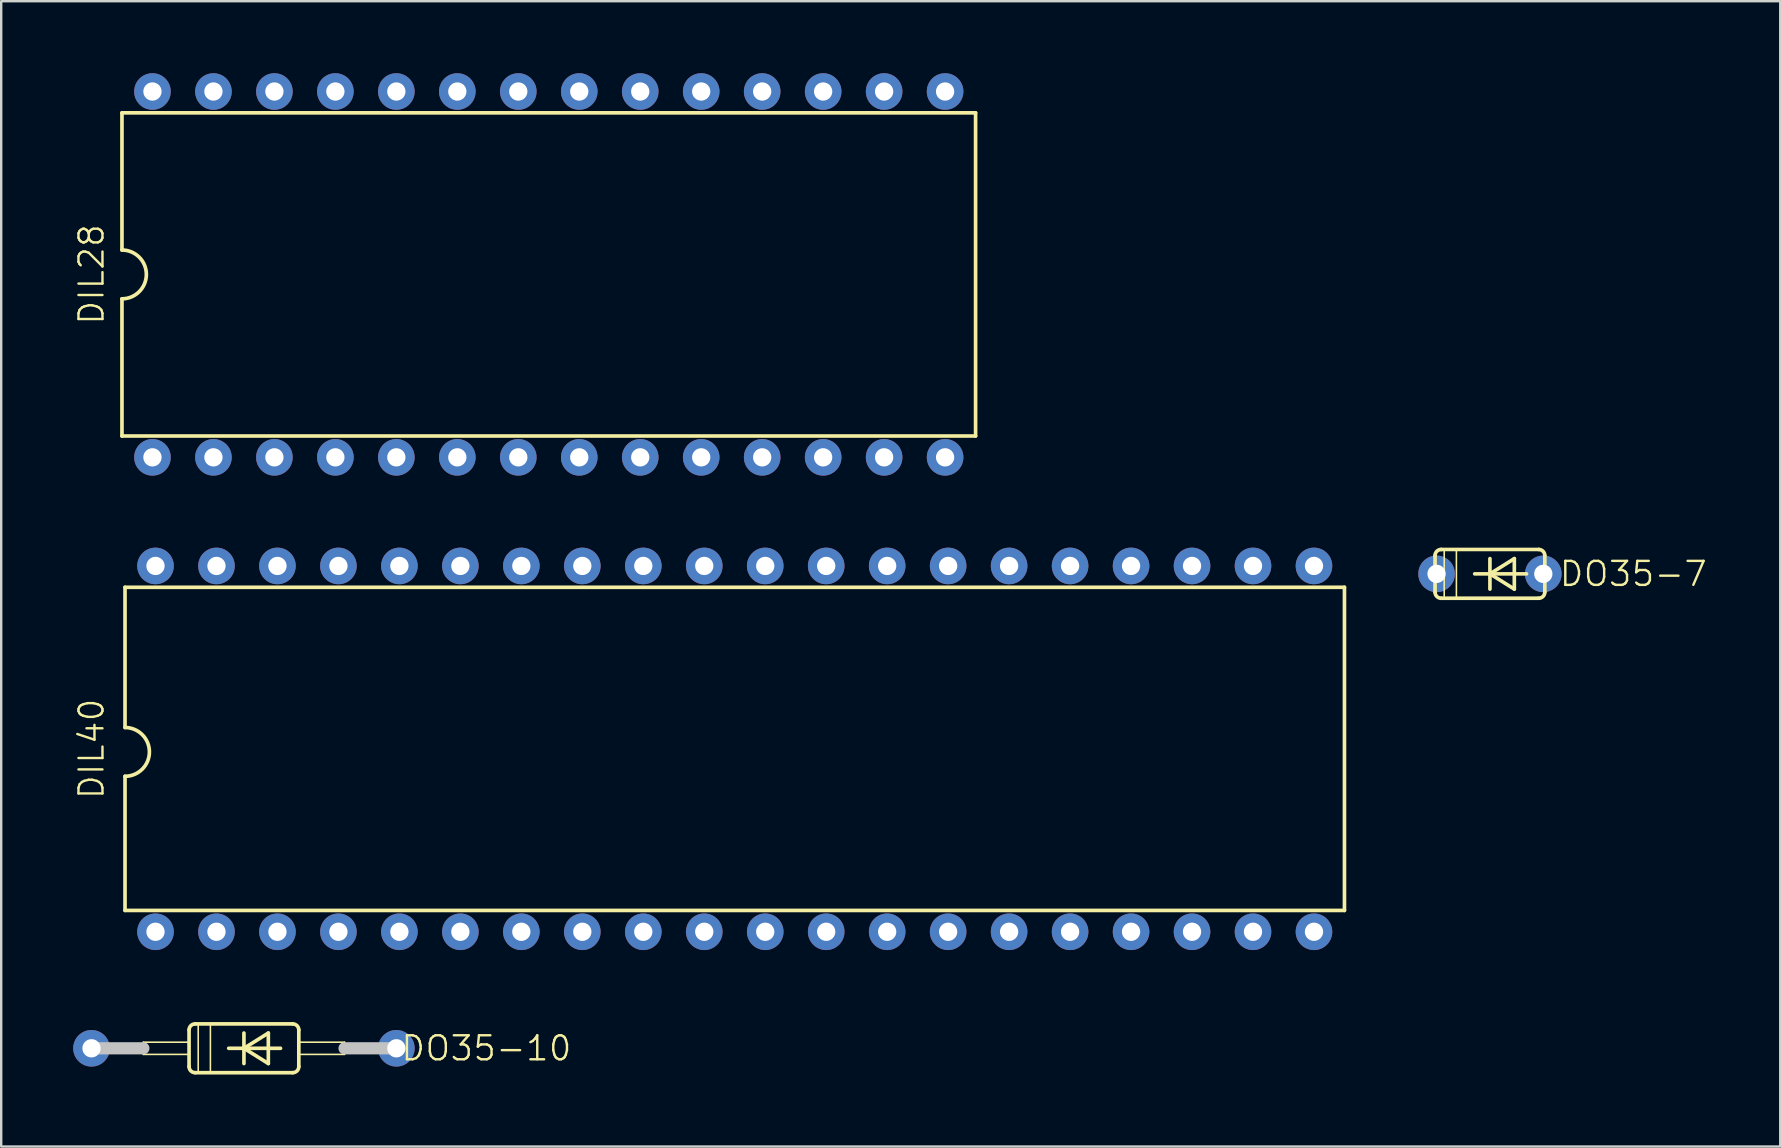
<source format=kicad_pcb>
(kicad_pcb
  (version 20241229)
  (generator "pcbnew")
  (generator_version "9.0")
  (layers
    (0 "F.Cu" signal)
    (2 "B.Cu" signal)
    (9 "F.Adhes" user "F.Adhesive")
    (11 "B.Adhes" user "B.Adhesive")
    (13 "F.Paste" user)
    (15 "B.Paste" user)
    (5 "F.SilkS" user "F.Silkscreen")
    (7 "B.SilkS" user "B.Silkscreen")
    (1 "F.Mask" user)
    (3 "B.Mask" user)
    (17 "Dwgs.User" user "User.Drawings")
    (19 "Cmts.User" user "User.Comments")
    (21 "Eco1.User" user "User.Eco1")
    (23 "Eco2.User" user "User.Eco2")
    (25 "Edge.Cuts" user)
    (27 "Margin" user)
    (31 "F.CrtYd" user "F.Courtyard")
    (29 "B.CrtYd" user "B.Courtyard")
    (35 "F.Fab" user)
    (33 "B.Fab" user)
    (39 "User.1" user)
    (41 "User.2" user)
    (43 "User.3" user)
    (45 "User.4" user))
  (footprint "DIL40"
    (layer "F.Cu")
    (at 27.558 28.146)
    (property "Reference" "DIL40" (at -26.797 0 90) (layer "F.SilkS") (effects (font (size 1 1) (thickness 0.1))))
    (attr exclude_from_pos_files exclude_from_bom)
    (fp_line (start -25.4 -6.731) (end -25.4 -0.889) (stroke (width 0.152) (type solid)) (layer "F.SilkS"))
    (fp_line (start -25.4 6.731) (end -25.4 1.143) (stroke (width 0.152) (type solid)) (layer "F.SilkS"))
    (fp_line (start -25.4 6.731) (end 25.4 6.731) (stroke (width 0.152) (type solid)) (layer "F.SilkS"))
    (fp_line (start 25.4 -6.731) (end -25.4 -6.731) (stroke (width 0.152) (type solid)) (layer "F.SilkS"))
    (fp_line (start 25.4 -6.731) (end 25.4 6.731) (stroke (width 0.152) (type solid)) (layer "F.SilkS"))
    (fp_arc (start -25.4 -0.889) (mid -24.384 0.127) (end -25.4 1.143) (stroke (width 0.1524) (type solid)) (layer "F.SilkS"))
    (pad "1" thru_hole circle (at -24.13 7.62) (size 1.524 1.524) (drill 0.762) (layers "*.Cu" "*.Paste" "*.Mask"))
    (pad "2" thru_hole circle (at -21.59 7.62) (size 1.524 1.524) (drill 0.762) (layers "*.Cu" "*.Paste" "*.Mask"))
    (pad "3" thru_hole circle (at -19.05 7.62) (size 1.524 1.524) (drill 0.762) (layers "*.Cu" "*.Paste" "*.Mask"))
    (pad "4" thru_hole circle (at -16.51 7.62) (size 1.524 1.524) (drill 0.762) (layers "*.Cu" "*.Paste" "*.Mask"))
    (pad "5" thru_hole circle (at -13.97 7.62) (size 1.524 1.524) (drill 0.762) (layers "*.Cu" "*.Paste" "*.Mask"))
    (pad "6" thru_hole circle (at -11.43 7.62) (size 1.524 1.524) (drill 0.762) (layers "*.Cu" "*.Paste" "*.Mask"))
    (pad "7" thru_hole circle (at -8.89 7.62) (size 1.524 1.524) (drill 0.762) (layers "*.Cu" "*.Paste" "*.Mask"))
    (pad "8" thru_hole circle (at -6.35 7.62) (size 1.524 1.524) (drill 0.762) (layers "*.Cu" "*.Paste" "*.Mask"))
    (pad "9" thru_hole circle (at -3.81 7.62) (size 1.524 1.524) (drill 0.762) (layers "*.Cu" "*.Paste" "*.Mask"))
    (pad "10" thru_hole circle (at -1.27 7.62) (size 1.524 1.524) (drill 0.762) (layers "*.Cu" "*.Paste" "*.Mask"))
    (pad "11" thru_hole circle (at 1.27 7.62) (size 1.524 1.524) (drill 0.762) (layers "*.Cu" "*.Paste" "*.Mask"))
    (pad "12" thru_hole circle (at 3.81 7.62) (size 1.524 1.524) (drill 0.762) (layers "*.Cu" "*.Paste" "*.Mask"))
    (pad "13" thru_hole circle (at 6.35 7.62) (size 1.524 1.524) (drill 0.762) (layers "*.Cu" "*.Paste" "*.Mask"))
    (pad "14" thru_hole circle (at 8.89 7.62) (size 1.524 1.524) (drill 0.762) (layers "*.Cu" "*.Paste" "*.Mask"))
    (pad "15" thru_hole circle (at 11.43 7.62) (size 1.524 1.524) (drill 0.762) (layers "*.Cu" "*.Paste" "*.Mask"))
    (pad "16" thru_hole circle (at 13.97 7.62) (size 1.524 1.524) (drill 0.762) (layers "*.Cu" "*.Paste" "*.Mask"))
    (pad "17" thru_hole circle (at 16.51 7.62) (size 1.524 1.524) (drill 0.762) (layers "*.Cu" "*.Paste" "*.Mask"))
    (pad "18" thru_hole circle (at 19.05 7.62) (size 1.524 1.524) (drill 0.762) (layers "*.Cu" "*.Paste" "*.Mask"))
    (pad "19" thru_hole circle (at 21.59 7.62) (size 1.524 1.524) (drill 0.762) (layers "*.Cu" "*.Paste" "*.Mask"))
    (pad "20" thru_hole circle (at 24.13 7.62) (size 1.524 1.524) (drill 0.762) (layers "*.Cu" "*.Paste" "*.Mask"))
    (pad "21" thru_hole circle (at 24.13 -7.62) (size 1.524 1.524) (drill 0.762) (layers "*.Cu" "*.Paste" "*.Mask"))
    (pad "22" thru_hole circle (at 21.59 -7.62) (size 1.524 1.524) (drill 0.762) (layers "*.Cu" "*.Paste" "*.Mask"))
    (pad "23" thru_hole circle (at 19.05 -7.62) (size 1.524 1.524) (drill 0.762) (layers "*.Cu" "*.Paste" "*.Mask"))
    (pad "24" thru_hole circle (at 16.51 -7.62) (size 1.524 1.524) (drill 0.762) (layers "*.Cu" "*.Paste" "*.Mask"))
    (pad "25" thru_hole circle (at 13.97 -7.62) (size 1.524 1.524) (drill 0.762) (layers "*.Cu" "*.Paste" "*.Mask"))
    (pad "26" thru_hole circle (at 11.43 -7.62) (size 1.524 1.524) (drill 0.762) (layers "*.Cu" "*.Paste" "*.Mask"))
    (pad "27" thru_hole circle (at 8.89 -7.62) (size 1.524 1.524) (drill 0.762) (layers "*.Cu" "*.Paste" "*.Mask"))
    (pad "28" thru_hole circle (at 6.35 -7.62) (size 1.524 1.524) (drill 0.762) (layers "*.Cu" "*.Paste" "*.Mask"))
    (pad "29" thru_hole circle (at 3.81 -7.62) (size 1.524 1.524) (drill 0.762) (layers "*.Cu" "*.Paste" "*.Mask"))
    (pad "30" thru_hole circle (at 1.27 -7.62) (size 1.524 1.524) (drill 0.762) (layers "*.Cu" "*.Paste" "*.Mask"))
    (pad "31" thru_hole circle (at -1.27 -7.62) (size 1.524 1.524) (drill 0.762) (layers "*.Cu" "*.Paste" "*.Mask"))
    (pad "32" thru_hole circle (at -3.81 -7.62) (size 1.524 1.524) (drill 0.762) (layers "*.Cu" "*.Paste" "*.Mask"))
    (pad "33" thru_hole circle (at -6.35 -7.62) (size 1.524 1.524) (drill 0.762) (layers "*.Cu" "*.Paste" "*.Mask"))
    (pad "34" thru_hole circle (at -8.89 -7.62) (size 1.524 1.524) (drill 0.762) (layers "*.Cu" "*.Paste" "*.Mask"))
    (pad "35" thru_hole circle (at -11.43 -7.62) (size 1.524 1.524) (drill 0.762) (layers "*.Cu" "*.Paste" "*.Mask"))
    (pad "36" thru_hole circle (at -13.97 -7.62) (size 1.524 1.524) (drill 0.762) (layers "*.Cu" "*.Paste" "*.Mask"))
    (pad "37" thru_hole circle (at -16.51 -7.62) (size 1.524 1.524) (drill 0.762) (layers "*.Cu" "*.Paste" "*.Mask"))
    (pad "38" thru_hole circle (at -19.05 -7.62) (size 1.524 1.524) (drill 0.762) (layers "*.Cu" "*.Paste" "*.Mask"))
    (pad "39" thru_hole circle (at -21.59 -7.62) (size 1.524 1.524) (drill 0.762) (layers "*.Cu" "*.Paste" "*.Mask"))
    (pad "40" thru_hole circle (at -24.13 -7.62) (size 1.524 1.524) (drill 0.762) (layers "*.Cu" "*.Paste" "*.Mask")))
  (footprint "DIL28"
    (layer "F.Cu")
    (at 19.811 8.382)
    (property "Reference" "DIL28" (at -19.05 0 90) (layer "F.SilkS") (effects (font (size 1 1) (thickness 0.1))))
    (attr exclude_from_pos_files exclude_from_bom)
    (fp_line (start -17.78 -6.731) (end -17.78 -1.016) (stroke (width 0.152) (type solid)) (layer "F.SilkS"))
    (fp_line (start -17.78 6.731) (end -17.78 1.016) (stroke (width 0.152) (type solid)) (layer "F.SilkS"))
    (fp_line (start -17.78 6.731) (end 17.78 6.731) (stroke (width 0.152) (type solid)) (layer "F.SilkS"))
    (fp_line (start 17.78 -6.731) (end -17.78 -6.731) (stroke (width 0.152) (type solid)) (layer "F.SilkS"))
    (fp_line (start 17.78 -6.731) (end 17.78 6.731) (stroke (width 0.152) (type solid)) (layer "F.SilkS"))
    (fp_arc (start -17.78 -1.016) (mid -16.764 0) (end -17.78 1.016) (stroke (width 0.1524) (type solid)) (layer "F.SilkS"))
    (pad "1" thru_hole circle (at -16.51 7.62) (size 1.524 1.524) (drill 0.762) (layers "*.Cu" "*.Paste" "*.Mask"))
    (pad "2" thru_hole circle (at -13.97 7.62) (size 1.524 1.524) (drill 0.762) (layers "*.Cu" "*.Paste" "*.Mask"))
    (pad "3" thru_hole circle (at -11.43 7.62) (size 1.524 1.524) (drill 0.762) (layers "*.Cu" "*.Paste" "*.Mask"))
    (pad "4" thru_hole circle (at -8.89 7.62) (size 1.524 1.524) (drill 0.762) (layers "*.Cu" "*.Paste" "*.Mask"))
    (pad "5" thru_hole circle (at -6.35 7.62) (size 1.524 1.524) (drill 0.762) (layers "*.Cu" "*.Paste" "*.Mask"))
    (pad "6" thru_hole circle (at -3.81 7.62) (size 1.524 1.524) (drill 0.762) (layers "*.Cu" "*.Paste" "*.Mask"))
    (pad "7" thru_hole circle (at -1.27 7.62) (size 1.524 1.524) (drill 0.762) (layers "*.Cu" "*.Paste" "*.Mask"))
    (pad "8" thru_hole circle (at 1.27 7.62) (size 1.524 1.524) (drill 0.762) (layers "*.Cu" "*.Paste" "*.Mask"))
    (pad "9" thru_hole circle (at 3.81 7.62) (size 1.524 1.524) (drill 0.762) (layers "*.Cu" "*.Paste" "*.Mask"))
    (pad "10" thru_hole circle (at 6.35 7.62) (size 1.524 1.524) (drill 0.762) (layers "*.Cu" "*.Paste" "*.Mask"))
    (pad "11" thru_hole circle (at 8.89 7.62) (size 1.524 1.524) (drill 0.762) (layers "*.Cu" "*.Paste" "*.Mask"))
    (pad "12" thru_hole circle (at 11.43 7.62) (size 1.524 1.524) (drill 0.762) (layers "*.Cu" "*.Paste" "*.Mask"))
    (pad "13" thru_hole circle (at 13.97 7.62) (size 1.524 1.524) (drill 0.762) (layers "*.Cu" "*.Paste" "*.Mask"))
    (pad "14" thru_hole circle (at 16.51 7.62) (size 1.524 1.524) (drill 0.762) (layers "*.Cu" "*.Paste" "*.Mask"))
    (pad "15" thru_hole circle (at 16.51 -7.62) (size 1.524 1.524) (drill 0.762) (layers "*.Cu" "*.Paste" "*.Mask"))
    (pad "16" thru_hole circle (at 13.97 -7.62) (size 1.524 1.524) (drill 0.762) (layers "*.Cu" "*.Paste" "*.Mask"))
    (pad "17" thru_hole circle (at 11.43 -7.62) (size 1.524 1.524) (drill 0.762) (layers "*.Cu" "*.Paste" "*.Mask"))
    (pad "18" thru_hole circle (at 8.89 -7.62) (size 1.524 1.524) (drill 0.762) (layers "*.Cu" "*.Paste" "*.Mask"))
    (pad "19" thru_hole circle (at 6.35 -7.62) (size 1.524 1.524) (drill 0.762) (layers "*.Cu" "*.Paste" "*.Mask"))
    (pad "20" thru_hole circle (at 3.81 -7.62) (size 1.524 1.524) (drill 0.762) (layers "*.Cu" "*.Paste" "*.Mask"))
    (pad "21" thru_hole circle (at 1.27 -7.62) (size 1.524 1.524) (drill 0.762) (layers "*.Cu" "*.Paste" "*.Mask"))
    (pad "22" thru_hole circle (at -1.27 -7.62) (size 1.524 1.524) (drill 0.762) (layers "*.Cu" "*.Paste" "*.Mask"))
    (pad "23" thru_hole circle (at -3.81 -7.62) (size 1.524 1.524) (drill 0.762) (layers "*.Cu" "*.Paste" "*.Mask"))
    (pad "24" thru_hole circle (at -6.35 -7.62) (size 1.524 1.524) (drill 0.762) (layers "*.Cu" "*.Paste" "*.Mask"))
    (pad "25" thru_hole circle (at -8.89 -7.62) (size 1.524 1.524) (drill 0.762) (layers "*.Cu" "*.Paste" "*.Mask"))
    (pad "26" thru_hole circle (at -11.43 -7.62) (size 1.524 1.524) (drill 0.762) (layers "*.Cu" "*.Paste" "*.Mask"))
    (pad "27" thru_hole circle (at -13.97 -7.62) (size 1.524 1.524) (drill 0.762) (layers "*.Cu" "*.Paste" "*.Mask"))
    (pad "28" thru_hole circle (at -16.51 -7.62) (size 1.524 1.524) (drill 0.762) (layers "*.Cu" "*.Paste" "*.Mask")))
  (footprint "DO35-7"
    (layer "F.Cu")
    (at 59.018 20.856)
    (property "Reference" "DO35-7" (at 5.973 0 0) (layer "F.SilkS") (effects (font (size 1 1) (thickness 0.1))))
    (attr exclude_from_pos_files exclude_from_bom)
    (fp_line (start -2.286 -0.762) (end -2.286 0.762) (stroke (width 0.152) (type solid)) (layer "F.SilkS"))
    (fp_line (start -2.286 0.254) (end -2.286 -0.254) (stroke (width 0.066) (type solid)) (layer "F.SilkS"))
    (fp_line (start -2.032 -1.016) (end 2.032 -1.016) (stroke (width 0.152) (type solid)) (layer "F.SilkS"))
    (fp_line (start -2.032 1.016) (end 2.032 1.016) (stroke (width 0.152) (type solid)) (layer "F.SilkS"))
    (fp_line (start -1.905 -1.016) (end -1.397 -1.016) (stroke (width 0.066) (type solid)) (layer "F.SilkS"))
    (fp_line (start -1.905 1.016) (end -1.905 -1.016) (stroke (width 0.066) (type solid)) (layer "F.SilkS"))
    (fp_line (start -1.905 1.016) (end -1.397 1.016) (stroke (width 0.066) (type solid)) (layer "F.SilkS"))
    (fp_line (start -1.397 1.016) (end -1.397 -1.016) (stroke (width 0.066) (type solid)) (layer "F.SilkS"))
    (fp_line (start -0.635 0) (end 0 0) (stroke (width 0.152) (type solid)) (layer "F.SilkS"))
    (fp_line (start 0 -0.635) (end 0 0) (stroke (width 0.152) (type solid)) (layer "F.SilkS"))
    (fp_line (start 0 0) (end 0 0.635) (stroke (width 0.152) (type solid)) (layer "F.SilkS"))
    (fp_line (start 0 0) (end 1.016 -0.635) (stroke (width 0.152) (type solid)) (layer "F.SilkS"))
    (fp_line (start 0 0) (end 1.524 0) (stroke (width 0.152) (type solid)) (layer "F.SilkS"))
    (fp_line (start 1.016 -0.635) (end 1.016 0.635) (stroke (width 0.152) (type solid)) (layer "F.SilkS"))
    (fp_line (start 1.016 0.635) (end 0 0) (stroke (width 0.152) (type solid)) (layer "F.SilkS"))
    (fp_line (start 2.286 0.254) (end 2.286 -0.254) (stroke (width 0.066) (type solid)) (layer "F.SilkS"))
    (fp_line (start 2.286 0.762) (end 2.286 -0.762) (stroke (width 0.152) (type solid)) (layer "F.SilkS"))
    (fp_arc (start -2.286 -0.762) (mid -2.211605 -0.941605) (end -2.032 -1.016) (stroke (width 0.1524) (type solid)) (layer "F.SilkS"))
    (fp_arc (start -2.032 1.016) (mid -2.211605 0.941605) (end -2.286 0.762) (stroke (width 0.1524) (type solid)) (layer "F.SilkS"))
    (fp_arc (start 2.032 -1.016) (mid 2.211605 -0.941605) (end 2.286 -0.762) (stroke (width 0.1524) (type solid)) (layer "F.SilkS"))
    (fp_arc (start 2.286 0.762) (mid 2.211605 0.941605) (end 2.032 1.016) (stroke (width 0.1524) (type solid)) (layer "F.SilkS"))
    (pad "A" thru_hole circle (at 2.223 0) (size 1.524 1.524) (drill 0.762) (layers "*.Cu" "*.Paste" "*.Mask"))
    (pad "C" thru_hole circle (at -2.223 0) (size 1.524 1.524) (drill 0.762) (layers "*.Cu" "*.Paste" "*.Mask")))
  (footprint "DO35-10"
    (layer "F.Cu")
    (at 7.112 40.62)
    (property "Reference" "DO35-10" (at 10.1 0 0) (layer "F.SilkS") (effects (font (size 1 1) (thickness 0.1))))
    (attr exclude_from_pos_files exclude_from_bom)
    (fp_line (start -4.191 -0.254) (end -2.286 -0.254) (stroke (width 0.066) (type solid)) (layer "F.SilkS"))
    (fp_line (start -4.191 0.254) (end -4.191 -0.254) (stroke (width 0.066) (type solid)) (layer "F.SilkS"))
    (fp_line (start -4.191 0.254) (end -2.286 0.254) (stroke (width 0.066) (type solid)) (layer "F.SilkS"))
    (fp_line (start -2.286 -0.762) (end -2.286 0.762) (stroke (width 0.152) (type solid)) (layer "F.SilkS"))
    (fp_line (start -2.286 0.254) (end -2.286 -0.254) (stroke (width 0.066) (type solid)) (layer "F.SilkS"))
    (fp_line (start -2.032 -1.016) (end 2.032 -1.016) (stroke (width 0.152) (type solid)) (layer "F.SilkS"))
    (fp_line (start -2.032 1.016) (end 2.032 1.016) (stroke (width 0.152) (type solid)) (layer "F.SilkS"))
    (fp_line (start -1.905 -1.016) (end -1.397 -1.016) (stroke (width 0.066) (type solid)) (layer "F.SilkS"))
    (fp_line (start -1.905 1.016) (end -1.905 -1.016) (stroke (width 0.066) (type solid)) (layer "F.SilkS"))
    (fp_line (start -1.905 1.016) (end -1.397 1.016) (stroke (width 0.066) (type solid)) (layer "F.SilkS"))
    (fp_line (start -1.397 1.016) (end -1.397 -1.016) (stroke (width 0.066) (type solid)) (layer "F.SilkS"))
    (fp_line (start -0.635 0) (end 0 0) (stroke (width 0.152) (type solid)) (layer "F.SilkS"))
    (fp_line (start 0 -0.635) (end 0 0) (stroke (width 0.152) (type solid)) (layer "F.SilkS"))
    (fp_line (start 0 0) (end 0 0.635) (stroke (width 0.152) (type solid)) (layer "F.SilkS"))
    (fp_line (start 0 0) (end 1.016 -0.635) (stroke (width 0.152) (type solid)) (layer "F.SilkS"))
    (fp_line (start 0 0) (end 1.524 0) (stroke (width 0.152) (type solid)) (layer "F.SilkS"))
    (fp_line (start 1.016 -0.635) (end 1.016 0.635) (stroke (width 0.152) (type solid)) (layer "F.SilkS"))
    (fp_line (start 1.016 0.635) (end 0 0) (stroke (width 0.152) (type solid)) (layer "F.SilkS"))
    (fp_line (start 2.286 -0.254) (end 4.191 -0.254) (stroke (width 0.066) (type solid)) (layer "F.SilkS"))
    (fp_line (start 2.286 0.254) (end 2.286 -0.254) (stroke (width 0.066) (type solid)) (layer "F.SilkS"))
    (fp_line (start 2.286 0.254) (end 4.191 0.254) (stroke (width 0.066) (type solid)) (layer "F.SilkS"))
    (fp_line (start 2.286 0.762) (end 2.286 -0.762) (stroke (width 0.152) (type solid)) (layer "F.SilkS"))
    (fp_line (start 4.191 0.254) (end 4.191 -0.254) (stroke (width 0.066) (type solid)) (layer "F.SilkS"))
    (fp_arc (start -2.286 -0.762) (mid -2.211605 -0.941605) (end -2.032 -1.016) (stroke (width 0.1524) (type solid)) (layer "F.SilkS"))
    (fp_arc (start -2.032 1.016) (mid -2.211605 0.941605) (end -2.286 0.762) (stroke (width 0.1524) (type solid)) (layer "F.SilkS"))
    (fp_arc (start 2.032 -1.016) (mid 2.211605 -0.941605) (end 2.286 -0.762) (stroke (width 0.1524) (type solid)) (layer "F.SilkS"))
    (fp_arc (start 2.286 0.762) (mid 2.211605 0.941605) (end 2.032 1.016) (stroke (width 0.1524) (type solid)) (layer "F.SilkS"))
    (fp_line (start -6.25 0) (end -4.191 0) (stroke (width 0.508) (type solid)) (layer "Dwgs.User"))
    (fp_line (start 6.25 0) (end 4.191 0) (stroke (width 0.508) (type solid)) (layer "Dwgs.User"))
    (pad "A" thru_hole circle (at 6.35 0) (size 1.524 1.524) (drill 0.762) (layers "*.Cu" "*.Paste" "*.Mask"))
    (pad "C" thru_hole circle (at -6.35 0) (size 1.524 1.524) (drill 0.762) (layers "*.Cu" "*.Paste" "*.Mask")))
  (gr_rect
    (start -3 -3)
    (end 71.112 44.712)
    (stroke (width 0.1) (type default))
    (fill no)
    (layer "Edge.Cuts")))
</source>
